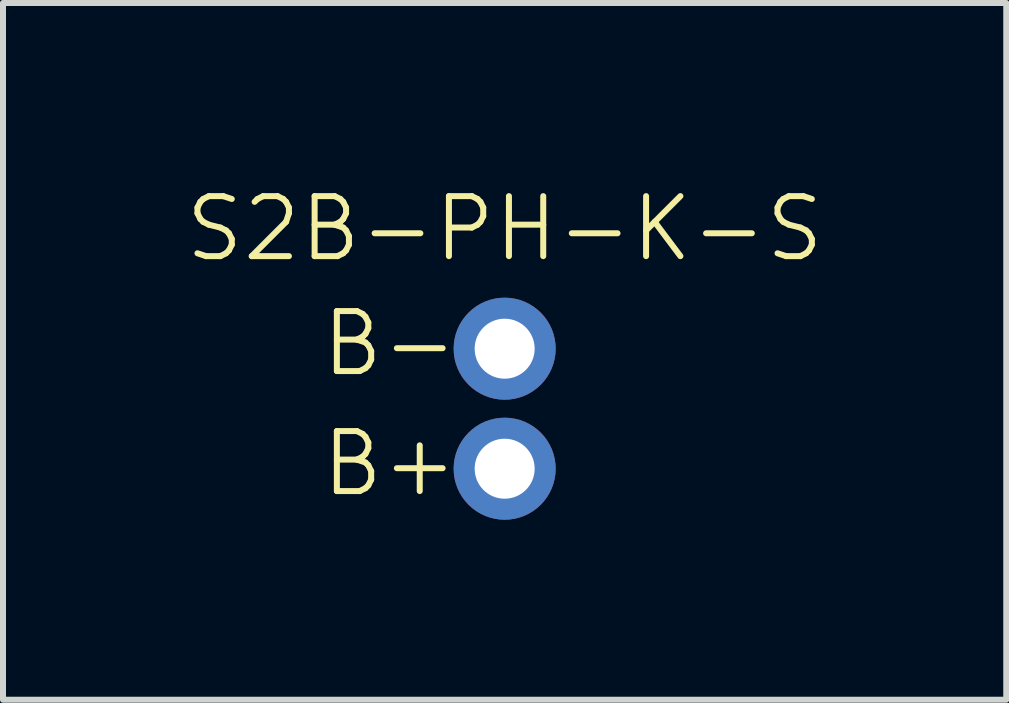
<source format=kicad_pcb>
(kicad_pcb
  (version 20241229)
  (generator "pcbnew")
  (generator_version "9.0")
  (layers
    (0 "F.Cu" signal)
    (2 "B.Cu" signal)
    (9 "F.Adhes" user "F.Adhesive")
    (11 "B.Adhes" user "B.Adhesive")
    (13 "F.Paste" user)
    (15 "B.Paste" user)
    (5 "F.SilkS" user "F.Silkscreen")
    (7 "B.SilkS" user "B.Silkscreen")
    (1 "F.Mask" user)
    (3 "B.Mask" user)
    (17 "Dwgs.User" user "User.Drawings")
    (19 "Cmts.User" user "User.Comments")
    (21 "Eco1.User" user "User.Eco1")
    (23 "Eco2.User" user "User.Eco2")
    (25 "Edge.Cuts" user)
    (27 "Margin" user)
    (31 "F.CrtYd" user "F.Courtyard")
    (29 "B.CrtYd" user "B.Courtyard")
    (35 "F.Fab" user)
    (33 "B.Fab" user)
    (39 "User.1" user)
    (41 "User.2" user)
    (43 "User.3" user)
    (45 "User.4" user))
  (footprint "S2B-PH-K-S"
    (layer "F.Cu")
    (at 5.36 4.761)
    (property "Reference" "S2B-PH-K-S" (at 0 -4 0) (unlocked yes) (layer "F.SilkS") (effects (font (size 1 1) (thickness 0.1))))
    (attr smd)
    (fp_text user "B-" (at -3.1 -1.5 0) (unlocked yes) (layer "F.SilkS") (effects (font (size 1 1) (thickness 0.1)) (justify left bottom)))
    (fp_text user "B+" (at -3.1 0.5 0) (unlocked yes) (layer "F.SilkS") (effects (font (size 1 1) (thickness 0.1)) (justify left bottom)))
    (pad "1" thru_hole circle (at 0 -2) (size 1.7 1.7) (drill 1) (layers "*.Cu" "*.Mask"))
    (pad "2" thru_hole circle (at 0 0) (size 1.7 1.7) (drill 1) (layers "*.Cu" "*.Mask")))
  (gr_rect
    (start -3 -3)
    (end 13.719 8.611)
    (stroke (width 0.1) (type default))
    (fill no)
    (layer "Edge.Cuts")))
</source>
